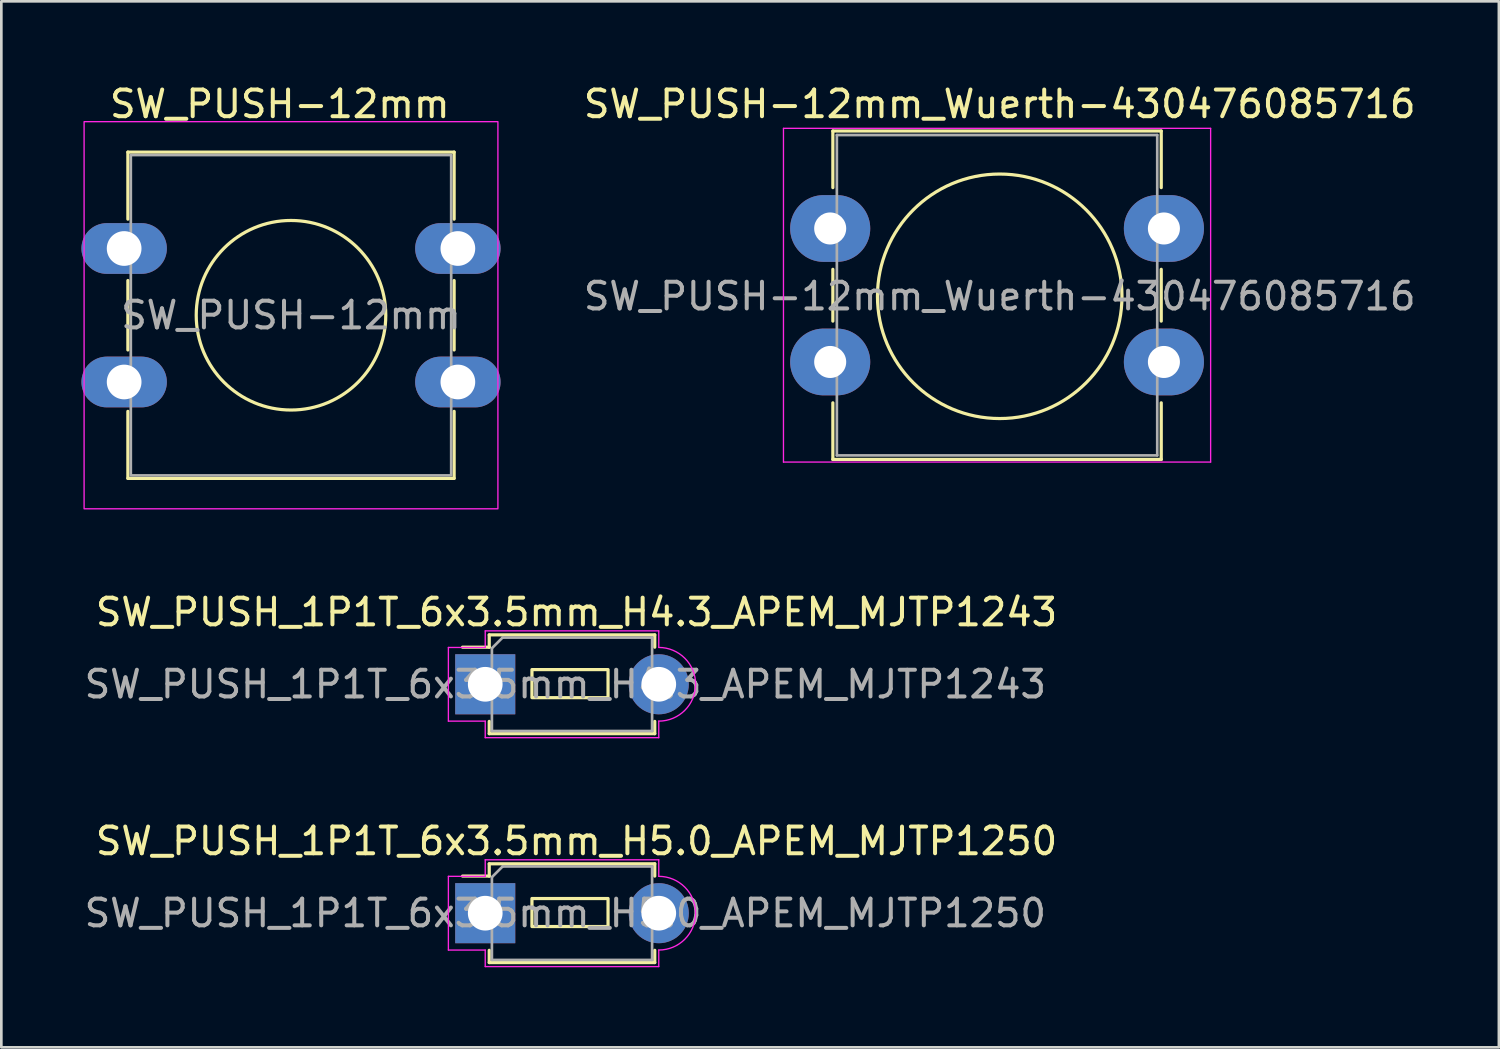
<source format=kicad_pcb>
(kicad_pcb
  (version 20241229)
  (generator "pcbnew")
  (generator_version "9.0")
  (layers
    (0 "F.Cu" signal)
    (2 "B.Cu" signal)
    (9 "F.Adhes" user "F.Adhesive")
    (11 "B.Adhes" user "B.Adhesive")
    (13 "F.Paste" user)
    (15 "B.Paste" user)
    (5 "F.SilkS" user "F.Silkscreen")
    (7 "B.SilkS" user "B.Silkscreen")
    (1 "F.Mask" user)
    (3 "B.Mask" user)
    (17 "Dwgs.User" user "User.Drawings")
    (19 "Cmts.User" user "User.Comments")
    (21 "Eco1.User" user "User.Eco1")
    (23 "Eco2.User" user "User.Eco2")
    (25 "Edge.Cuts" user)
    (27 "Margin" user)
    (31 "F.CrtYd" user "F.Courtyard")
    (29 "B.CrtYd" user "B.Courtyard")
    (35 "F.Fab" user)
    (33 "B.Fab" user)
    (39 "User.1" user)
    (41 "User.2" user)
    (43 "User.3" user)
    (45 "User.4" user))
  (footprint "SW_PUSH_1P1T_6x3.5mm_H5.0_APEM_MJTP1250"
    (layer "F.Cu")
    (at 15.125 31.155)
    (property "Reference" "SW_PUSH_1P1T_6x3.5mm_H5.0_APEM_MJTP1250" (at 3.42 -2.7 0) (layer "F.SilkS") (effects (font (size 1 1) (thickness 0.15))))
    (attr through_hole)
    (fp_line (start 0.15 -1.85) (end 0.15 -1.39) (stroke (width 0.12) (type default)) (layer "F.SilkS"))
    (fp_line (start 0.15 -1.39) (end -0.85 -1.39) (stroke (width 0.12) (type default)) (layer "F.SilkS"))
    (fp_line (start 0.15 1.39) (end 0.15 1.85) (stroke (width 0.12) (type solid)) (layer "F.SilkS"))
    (fp_line (start 0.15 1.85) (end 6.35 1.85) (stroke (width 0.12) (type solid)) (layer "F.SilkS"))
    (fp_line (start 6.35 -1.85) (end 0.15 -1.85) (stroke (width 0.12) (type solid)) (layer "F.SilkS"))
    (fp_line (start 6.35 -1.85) (end 6.35 -1.39) (stroke (width 0.12) (type solid)) (layer "F.SilkS"))
    (fp_line (start 6.35 1.39) (end 6.35 1.85) (stroke (width 0.12) (type solid)) (layer "F.SilkS"))
    (fp_rect (start 1.75 -0.55) (end 4.6 0.5) (stroke (width 0.12) (type default)) (fill no) (layer "F.SilkS"))
    (fp_line (start -1.38 -1.38) (end 0 -1.38) (stroke (width 0.05) (type default)) (layer "F.CrtYd"))
    (fp_line (start -1.38 1.38) (end -1.38 -1.38) (stroke (width 0.05) (type solid)) (layer "F.CrtYd"))
    (fp_line (start -1.38 1.38) (end 0 1.38) (stroke (width 0.05) (type default)) (layer "F.CrtYd"))
    (fp_line (start 0 -2) (end 0 -1.38) (stroke (width 0.05) (type default)) (layer "F.CrtYd"))
    (fp_line (start 0 -2) (end 6.5 -2) (stroke (width 0.05) (type solid)) (layer "F.CrtYd"))
    (fp_line (start 0 1.38) (end 0 2) (stroke (width 0.05) (type default)) (layer "F.CrtYd"))
    (fp_line (start 6.5 -2) (end 6.5 -1.38) (stroke (width 0.05) (type default)) (layer "F.CrtYd"))
    (fp_line (start 6.5 1.38) (end 6.5 2) (stroke (width 0.05) (type default)) (layer "F.CrtYd"))
    (fp_line (start 6.5 2) (end 0 2) (stroke (width 0.05) (type solid)) (layer "F.CrtYd"))
    (fp_arc (start 6.5 -1.38) (mid 7.88 0) (end 6.5 1.38) (stroke (width 0.05) (type default)) (layer "F.CrtYd"))
    (fp_line (start 0.25 1.75) (end 0.25 -1.35) (stroke (width 0.1) (type solid)) (layer "F.Fab"))
    (fp_line (start 0.65 -1.75) (end 0.25 -1.35) (stroke (width 0.1) (type default)) (layer "F.Fab"))
    (fp_line (start 0.65 -1.75) (end 6.25 -1.75) (stroke (width 0.1) (type solid)) (layer "F.Fab"))
    (fp_line (start 6.25 -1.75) (end 6.25 1.75) (stroke (width 0.1) (type solid)) (layer "F.Fab"))
    (fp_line (start 6.25 1.75) (end 0.25 1.75) (stroke (width 0.1) (type solid)) (layer "F.Fab"))
    (fp_text user "${REFERENCE}" (at 3 0 0) (layer "F.Fab") (effects (font (size 1 1) (thickness 0.15))))
    (pad "1" thru_hole rect (at 0 0 90) (size 2.25 2.25) (drill 1.3) (layers "*.Cu" "*.Mask"))
    (pad "2" thru_hole circle (at 6.5 0 90) (size 2.25 2.25) (drill 1.3) (layers "*.Cu" "*.Mask")))
  (footprint "SW_PUSH-12mm"
    (layer "F.Cu")
    (at 1.6 6.258)
    (property "Reference" "SW_PUSH-12mm" (at 5.83 -5.41 0) (layer "F.SilkS") (effects (font (size 1 1) (thickness 0.15))))
    (attr through_hole)
    (fp_line (start 0.14 -3.61) (end 0.14 -1.1) (stroke (width 0.12) (type default)) (layer "F.SilkS"))
    (fp_line (start 0.14 -3.61) (end 12.36 -3.61) (stroke (width 0.12) (type default)) (layer "F.SilkS"))
    (fp_line (start 0.14 1.2) (end 0.14 3.8) (stroke (width 0.12) (type default)) (layer "F.SilkS"))
    (fp_line (start 0.14 6.1) (end 0.14 8.61) (stroke (width 0.12) (type default)) (layer "F.SilkS"))
    (fp_line (start 12.36 -3.61) (end 12.36 -1.1) (stroke (width 0.12) (type default)) (layer "F.SilkS"))
    (fp_line (start 12.36 1.2) (end 12.36 3.8) (stroke (width 0.12) (type default)) (layer "F.SilkS"))
    (fp_line (start 12.36 6.1) (end 12.36 8.61) (stroke (width 0.12) (type default)) (layer "F.SilkS"))
    (fp_line (start 12.36 8.61) (end 0.14 8.61) (stroke (width 0.12) (type default)) (layer "F.SilkS"))
    (fp_circle (center 6.25 2.5) (end 9.8 2.5) (stroke (width 0.12) (type default)) (fill no) (layer "F.SilkS"))
    (fp_rect (start -1.5 -4.75) (end 14 9.75) (stroke (width 0.05) (type default)) (fill no) (layer "F.CrtYd"))
    (fp_rect (start 0.25 -3.5) (end 12.25 8.5) (stroke (width 0.1) (type default)) (fill no) (layer "F.Fab"))
    (fp_text user "${REFERENCE}" (at 6.25 2.5 0) (layer "F.Fab") (effects (font (size 1 1) (thickness 0.15))))
    (pad "1" thru_hole oval (at 0 0) (size 3.2 1.9) (drill 1.3) (layers "*.Cu" "*.Mask"))
    (pad "1" thru_hole oval (at 12.5 0) (size 3.2 1.9) (drill 1.3) (layers "*.Cu" "*.Mask"))
    (pad "2" thru_hole oval (at 0 5) (size 3.2 1.9) (drill 1.3) (layers "*.Cu" "*.Mask"))
    (pad "2" thru_hole oval (at 12.5 5) (size 3.2 1.9) (drill 1.3) (layers "*.Cu" "*.Mask")))
  (footprint "SW_PUSH_1P1T_6x3.5mm_H4.3_APEM_MJTP1243"
    (layer "F.Cu")
    (at 15.125 22.581)
    (property "Reference" "SW_PUSH_1P1T_6x3.5mm_H4.3_APEM_MJTP1243" (at 3.42 -2.7 0) (layer "F.SilkS") (effects (font (size 1 1) (thickness 0.15))))
    (attr through_hole)
    (fp_line (start 0.15 -1.85) (end 0.15 -1.39) (stroke (width 0.12) (type default)) (layer "F.SilkS"))
    (fp_line (start 0.15 -1.39) (end -0.85 -1.39) (stroke (width 0.12) (type default)) (layer "F.SilkS"))
    (fp_line (start 0.15 1.39) (end 0.15 1.85) (stroke (width 0.12) (type solid)) (layer "F.SilkS"))
    (fp_line (start 0.15 1.85) (end 6.35 1.85) (stroke (width 0.12) (type solid)) (layer "F.SilkS"))
    (fp_line (start 6.35 -1.85) (end 0.15 -1.85) (stroke (width 0.12) (type solid)) (layer "F.SilkS"))
    (fp_line (start 6.35 -1.85) (end 6.35 -1.39) (stroke (width 0.12) (type solid)) (layer "F.SilkS"))
    (fp_line (start 6.35 1.39) (end 6.35 1.85) (stroke (width 0.12) (type solid)) (layer "F.SilkS"))
    (fp_rect (start 1.75 -0.55) (end 4.6 0.5) (stroke (width 0.12) (type default)) (fill no) (layer "F.SilkS"))
    (fp_line (start -1.38 -1.38) (end 0 -1.38) (stroke (width 0.05) (type default)) (layer "F.CrtYd"))
    (fp_line (start -1.38 1.38) (end -1.38 -1.38) (stroke (width 0.05) (type solid)) (layer "F.CrtYd"))
    (fp_line (start -1.38 1.38) (end 0 1.38) (stroke (width 0.05) (type default)) (layer "F.CrtYd"))
    (fp_line (start 0 -2) (end 0 -1.38) (stroke (width 0.05) (type default)) (layer "F.CrtYd"))
    (fp_line (start 0 -2) (end 6.5 -2) (stroke (width 0.05) (type solid)) (layer "F.CrtYd"))
    (fp_line (start 0 1.38) (end 0 2) (stroke (width 0.05) (type default)) (layer "F.CrtYd"))
    (fp_line (start 6.5 -2) (end 6.5 -1.38) (stroke (width 0.05) (type default)) (layer "F.CrtYd"))
    (fp_line (start 6.5 1.38) (end 6.5 2) (stroke (width 0.05) (type default)) (layer "F.CrtYd"))
    (fp_line (start 6.5 2) (end 0 2) (stroke (width 0.05) (type solid)) (layer "F.CrtYd"))
    (fp_arc (start 6.5 -1.38) (mid 7.88 0) (end 6.5 1.38) (stroke (width 0.05) (type default)) (layer "F.CrtYd"))
    (fp_line (start 0.25 1.75) (end 0.25 -1.35) (stroke (width 0.1) (type solid)) (layer "F.Fab"))
    (fp_line (start 0.65 -1.75) (end 0.25 -1.35) (stroke (width 0.1) (type default)) (layer "F.Fab"))
    (fp_line (start 0.65 -1.75) (end 6.25 -1.75) (stroke (width 0.1) (type solid)) (layer "F.Fab"))
    (fp_line (start 6.25 -1.75) (end 6.25 1.75) (stroke (width 0.1) (type solid)) (layer "F.Fab"))
    (fp_line (start 6.25 1.75) (end 0.25 1.75) (stroke (width 0.1) (type solid)) (layer "F.Fab"))
    (fp_text user "${REFERENCE}" (at 3 0 0) (layer "F.Fab") (effects (font (size 1 1) (thickness 0.15))))
    (pad "1" thru_hole rect (at 0 0 90) (size 2.25 2.25) (drill 1.3) (layers "*.Cu" "*.Mask"))
    (pad "2" thru_hole circle (at 6.5 0 90) (size 2.25 2.25) (drill 1.3) (layers "*.Cu" "*.Mask")))
  (footprint "SW_PUSH-12mm_Wuerth-430476085716"
    (layer "F.Cu")
    (at 28.046 5.508)
    (property "Reference" "SW_PUSH-12mm_Wuerth-430476085716" (at 6.35 -4.66 0) (layer "F.SilkS") (effects (font (size 1 1) (thickness 0.15))))
    (attr through_hole)
    (fp_line (start 0.1 -3.65) (end 12.4 -3.65) (stroke (width 0.12) (type solid)) (layer "F.SilkS"))
    (fp_line (start 0.1 -1.53) (end 0.1 -3.65) (stroke (width 0.12) (type solid)) (layer "F.SilkS"))
    (fp_line (start 0.1 3.47) (end 0.1 1.53) (stroke (width 0.12) (type solid)) (layer "F.SilkS"))
    (fp_line (start 0.1 8.65) (end 0.1 6.53) (stroke (width 0.12) (type solid)) (layer "F.SilkS"))
    (fp_line (start 12.4 -3.65) (end 12.4 -1.53) (stroke (width 0.12) (type solid)) (layer "F.SilkS"))
    (fp_line (start 12.4 1.53) (end 12.4 3.47) (stroke (width 0.12) (type solid)) (layer "F.SilkS"))
    (fp_line (start 12.4 6.53) (end 12.4 8.65) (stroke (width 0.12) (type solid)) (layer "F.SilkS"))
    (fp_line (start 12.4 8.65) (end 0.1 8.65) (stroke (width 0.12) (type solid)) (layer "F.SilkS"))
    (fp_circle (center 6.35 2.54) (end 10.929 2.54) (stroke (width 0.12) (type solid)) (fill no) (layer "F.SilkS"))
    (fp_line (start -1.75 -3.75) (end -1.75 8.75) (stroke (width 0.05) (type solid)) (layer "F.CrtYd"))
    (fp_line (start -1.75 8.75) (end 14.25 8.75) (stroke (width 0.05) (type solid)) (layer "F.CrtYd"))
    (fp_line (start 14.25 -3.75) (end -1.75 -3.75) (stroke (width 0.05) (type solid)) (layer "F.CrtYd"))
    (fp_line (start 14.25 8.75) (end 14.25 -3.75) (stroke (width 0.05) (type solid)) (layer "F.CrtYd"))
    (fp_line (start 0.25 -3.5) (end 0.25 8.5) (stroke (width 0.1) (type solid)) (layer "F.Fab"))
    (fp_line (start 0.25 8.5) (end 12.25 8.5) (stroke (width 0.1) (type solid)) (layer "F.Fab"))
    (fp_line (start 12.25 -3.5) (end 0.25 -3.5) (stroke (width 0.1) (type solid)) (layer "F.Fab"))
    (fp_line (start 12.25 8.5) (end 12.25 -3.5) (stroke (width 0.1) (type solid)) (layer "F.Fab"))
    (fp_text user "${REFERENCE}" (at 6.35 2.54 0) (layer "F.Fab") (effects (font (size 1 1) (thickness 0.15))))
    (pad "1" thru_hole oval (at 0 0) (size 3 2.5) (drill 1.2) (layers "*.Cu" "*.Mask"))
    (pad "1" thru_hole oval (at 12.5 0) (size 3 2.5) (drill 1.2) (layers "*.Cu" "*.Mask"))
    (pad "2" thru_hole oval (at 0 5) (size 3 2.5) (drill 1.2) (layers "*.Cu" "*.Mask"))
    (pad "2" thru_hole oval (at 12.5 5) (size 3 2.5) (drill 1.2) (layers "*.Cu" "*.Mask")))
  (gr_rect
    (start -3 -3)
    (end 53.093 36.18)
    (stroke (width 0.1) (type default))
    (fill no)
    (layer "Edge.Cuts")))
</source>
